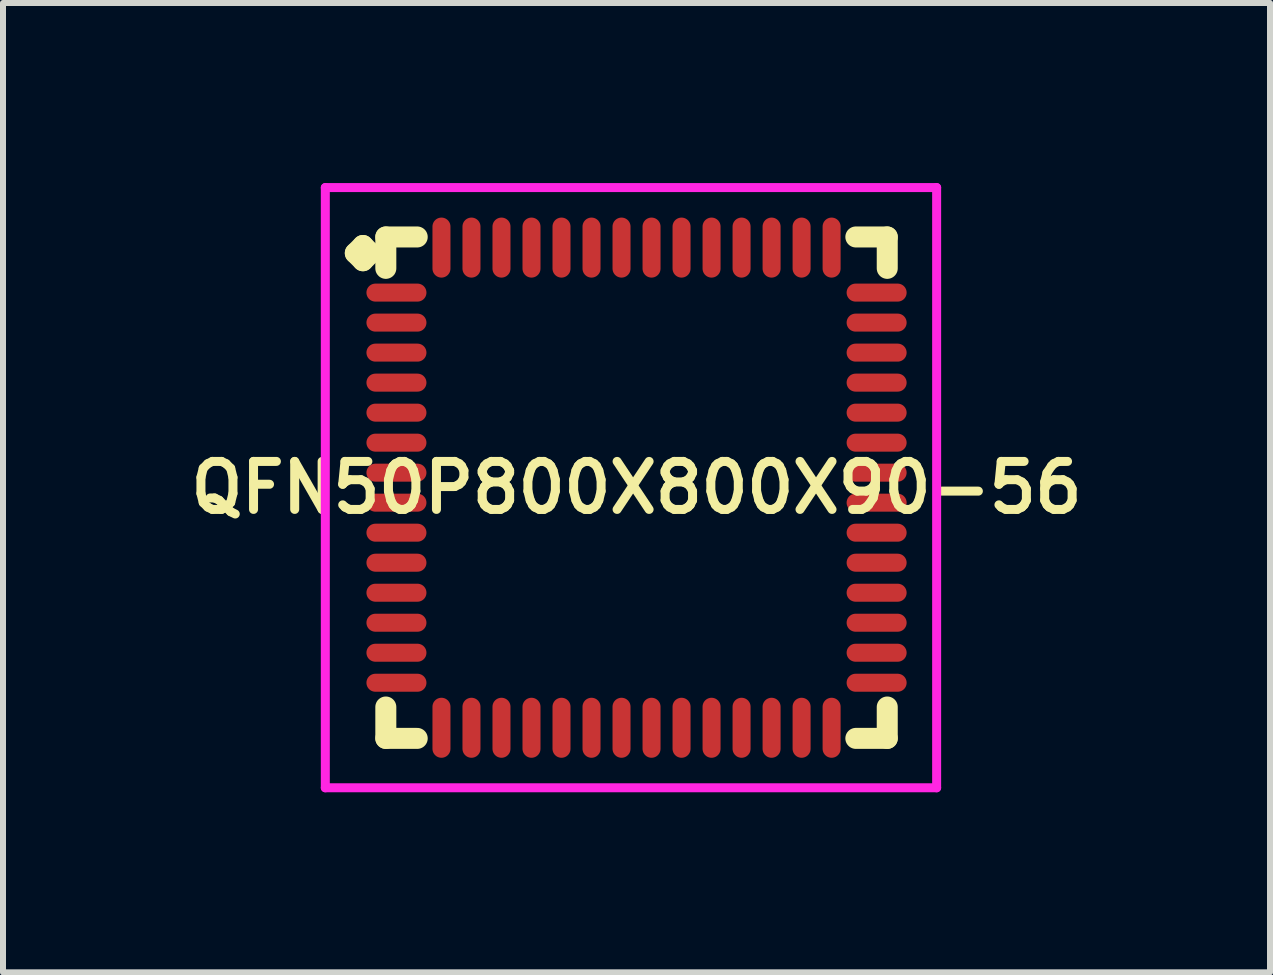
<source format=kicad_pcb>
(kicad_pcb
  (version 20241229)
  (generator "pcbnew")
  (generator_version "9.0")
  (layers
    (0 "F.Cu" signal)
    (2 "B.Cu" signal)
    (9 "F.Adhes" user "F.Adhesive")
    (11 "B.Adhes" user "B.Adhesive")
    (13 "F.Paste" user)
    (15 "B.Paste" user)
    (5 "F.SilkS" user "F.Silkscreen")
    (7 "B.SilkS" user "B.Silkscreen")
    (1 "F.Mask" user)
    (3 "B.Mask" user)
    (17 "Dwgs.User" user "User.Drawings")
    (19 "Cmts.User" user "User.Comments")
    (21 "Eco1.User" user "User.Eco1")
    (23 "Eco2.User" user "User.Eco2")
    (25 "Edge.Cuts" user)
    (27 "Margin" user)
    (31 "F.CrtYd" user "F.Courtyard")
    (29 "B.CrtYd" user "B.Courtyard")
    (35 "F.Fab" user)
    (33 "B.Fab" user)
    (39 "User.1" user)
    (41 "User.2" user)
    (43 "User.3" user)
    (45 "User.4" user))
  (footprint "QFN50P800X800X90-56"
    (layer "F.Cu")
    (at 7.555 5.075)
    (property "Reference" "QFN50P800X800X90-56" (at 0 0 0) (layer "F.SilkS") (effects (font (size 0.8 0.8) (thickness 0.15))))
    (attr smd)
    (fp_line (start -4.685 -3.908) (end -4.558 -4.035) (stroke (width 0.35) (type solid)) (layer "F.SilkS"))
    (fp_line (start -4.558 -4.035) (end -4.431 -3.908) (stroke (width 0.35) (type solid)) (layer "F.SilkS"))
    (fp_line (start -4.558 -3.781) (end -4.685 -3.908) (stroke (width 0.35) (type solid)) (layer "F.SilkS"))
    (fp_line (start -4.431 -3.908) (end -4.558 -3.781) (stroke (width 0.35) (type solid)) (layer "F.SilkS"))
    (fp_line (start -4.177 -4.177) (end -3.654 -4.177) (stroke (width 0.35) (type solid)) (layer "F.SilkS"))
    (fp_line (start -4.177 -3.654) (end -4.177 -4.177) (stroke (width 0.35) (type solid)) (layer "F.SilkS"))
    (fp_line (start -4.177 3.654) (end -4.177 4.177) (stroke (width 0.35) (type solid)) (layer "F.SilkS"))
    (fp_line (start -4.177 4.177) (end -3.654 4.177) (stroke (width 0.35) (type solid)) (layer "F.SilkS"))
    (fp_line (start 3.654 -4.177) (end 4.177 -4.177) (stroke (width 0.35) (type solid)) (layer "F.SilkS"))
    (fp_line (start 3.654 4.177) (end 4.177 4.177) (stroke (width 0.35) (type solid)) (layer "F.SilkS"))
    (fp_line (start 4.177 -4.177) (end 4.177 -3.654) (stroke (width 0.35) (type solid)) (layer "F.SilkS"))
    (fp_line (start 4.177 4.177) (end 4.177 3.654) (stroke (width 0.35) (type solid)) (layer "F.SilkS"))
    (fp_line (start -5.185 -5) (end 5 -5) (stroke (width 0.15) (type solid)) (layer "F.CrtYd"))
    (fp_line (start -5.185 5) (end -5.185 -5) (stroke (width 0.15) (type solid)) (layer "F.CrtYd"))
    (fp_line (start 5 -5) (end 5 5) (stroke (width 0.15) (type solid)) (layer "F.CrtYd"))
    (fp_line (start 5 5) (end -5.185 5) (stroke (width 0.15) (type solid)) (layer "F.CrtYd"))
    (pad "1" smd oval (at -4 -3.25) (size 1 0.3) (layers "F.Cu" "F.Mask" "F.Paste"))
    (pad "2" smd oval (at -4 -2.75) (size 1 0.3) (layers "F.Cu" "F.Mask" "F.Paste"))
    (pad "3" smd oval (at -4 -2.25) (size 1 0.3) (layers "F.Cu" "F.Mask" "F.Paste"))
    (pad "4" smd oval (at -4 -1.75) (size 1 0.3) (layers "F.Cu" "F.Mask" "F.Paste"))
    (pad "5" smd oval (at -4 -1.25) (size 1 0.3) (layers "F.Cu" "F.Mask" "F.Paste"))
    (pad "6" smd oval (at -4 -0.75) (size 1 0.3) (layers "F.Cu" "F.Mask" "F.Paste"))
    (pad "7" smd oval (at -4 -0.25) (size 1 0.3) (layers "F.Cu" "F.Mask" "F.Paste"))
    (pad "8" smd oval (at -4 0.25) (size 1 0.3) (layers "F.Cu" "F.Mask" "F.Paste"))
    (pad "9" smd oval (at -4 0.75) (size 1 0.3) (layers "F.Cu" "F.Mask" "F.Paste"))
    (pad "10" smd oval (at -4 1.25) (size 1 0.3) (layers "F.Cu" "F.Mask" "F.Paste"))
    (pad "11" smd oval (at -4 1.75) (size 1 0.3) (layers "F.Cu" "F.Mask" "F.Paste"))
    (pad "12" smd oval (at -4 2.25) (size 1 0.3) (layers "F.Cu" "F.Mask" "F.Paste"))
    (pad "13" smd oval (at -4 2.75) (size 1 0.3) (layers "F.Cu" "F.Mask" "F.Paste"))
    (pad "14" smd oval (at -4 3.25) (size 1 0.3) (layers "F.Cu" "F.Mask" "F.Paste"))
    (pad "15" smd oval (at -3.25 4) (size 0.3 1) (layers "F.Cu" "F.Mask" "F.Paste"))
    (pad "16" smd oval (at -2.75 4) (size 0.3 1) (layers "F.Cu" "F.Mask" "F.Paste"))
    (pad "17" smd oval (at -2.25 4) (size 0.3 1) (layers "F.Cu" "F.Mask" "F.Paste"))
    (pad "18" smd oval (at -1.75 4) (size 0.3 1) (layers "F.Cu" "F.Mask" "F.Paste"))
    (pad "19" smd oval (at -1.25 4) (size 0.3 1) (layers "F.Cu" "F.Mask" "F.Paste"))
    (pad "20" smd oval (at -0.75 4) (size 0.3 1) (layers "F.Cu" "F.Mask" "F.Paste"))
    (pad "21" smd oval (at -0.25 4) (size 0.3 1) (layers "F.Cu" "F.Mask" "F.Paste"))
    (pad "22" smd oval (at 0.25 4) (size 0.3 1) (layers "F.Cu" "F.Mask" "F.Paste"))
    (pad "23" smd oval (at 0.75 4) (size 0.3 1) (layers "F.Cu" "F.Mask" "F.Paste"))
    (pad "24" smd oval (at 1.25 4) (size 0.3 1) (layers "F.Cu" "F.Mask" "F.Paste"))
    (pad "25" smd oval (at 1.75 4) (size 0.3 1) (layers "F.Cu" "F.Mask" "F.Paste"))
    (pad "26" smd oval (at 2.25 4) (size 0.3 1) (layers "F.Cu" "F.Mask" "F.Paste"))
    (pad "27" smd oval (at 2.75 4) (size 0.3 1) (layers "F.Cu" "F.Mask" "F.Paste"))
    (pad "28" smd oval (at 3.25 4) (size 0.3 1) (layers "F.Cu" "F.Mask" "F.Paste"))
    (pad "29" smd oval (at 4 3.25) (size 1 0.3) (layers "F.Cu" "F.Mask" "F.Paste"))
    (pad "30" smd oval (at 4 2.75) (size 1 0.3) (layers "F.Cu" "F.Mask" "F.Paste"))
    (pad "31" smd oval (at 4 2.25) (size 1 0.3) (layers "F.Cu" "F.Mask" "F.Paste"))
    (pad "32" smd oval (at 4 1.75) (size 1 0.3) (layers "F.Cu" "F.Mask" "F.Paste"))
    (pad "33" smd oval (at 4 1.25) (size 1 0.3) (layers "F.Cu" "F.Mask" "F.Paste"))
    (pad "34" smd oval (at 4 0.75) (size 1 0.3) (layers "F.Cu" "F.Mask" "F.Paste"))
    (pad "35" smd oval (at 4 0.25) (size 1 0.3) (layers "F.Cu" "F.Mask" "F.Paste"))
    (pad "36" smd oval (at 4 -0.25) (size 1 0.3) (layers "F.Cu" "F.Mask" "F.Paste"))
    (pad "37" smd oval (at 4 -0.75) (size 1 0.3) (layers "F.Cu" "F.Mask" "F.Paste"))
    (pad "38" smd oval (at 4 -1.25) (size 1 0.3) (layers "F.Cu" "F.Mask" "F.Paste"))
    (pad "39" smd oval (at 4 -1.75) (size 1 0.3) (layers "F.Cu" "F.Mask" "F.Paste"))
    (pad "40" smd oval (at 4 -2.25) (size 1 0.3) (layers "F.Cu" "F.Mask" "F.Paste"))
    (pad "41" smd oval (at 4 -2.75) (size 1 0.3) (layers "F.Cu" "F.Mask" "F.Paste"))
    (pad "42" smd oval (at 4 -3.25) (size 1 0.3) (layers "F.Cu" "F.Mask" "F.Paste"))
    (pad "43" smd oval (at 3.25 -4) (size 0.3 1) (layers "F.Cu" "F.Mask" "F.Paste"))
    (pad "44" smd oval (at 2.75 -4) (size 0.3 1) (layers "F.Cu" "F.Mask" "F.Paste"))
    (pad "45" smd oval (at 2.25 -4) (size 0.3 1) (layers "F.Cu" "F.Mask" "F.Paste"))
    (pad "46" smd oval (at 1.75 -4) (size 0.3 1) (layers "F.Cu" "F.Mask" "F.Paste"))
    (pad "47" smd oval (at 1.25 -4) (size 0.3 1) (layers "F.Cu" "F.Mask" "F.Paste"))
    (pad "48" smd oval (at 0.75 -4) (size 0.3 1) (layers "F.Cu" "F.Mask" "F.Paste"))
    (pad "49" smd oval (at 0.25 -4) (size 0.3 1) (layers "F.Cu" "F.Mask" "F.Paste"))
    (pad "50" smd oval (at -0.25 -4) (size 0.3 1) (layers "F.Cu" "F.Mask" "F.Paste"))
    (pad "51" smd oval (at -0.75 -4) (size 0.3 1) (layers "F.Cu" "F.Mask" "F.Paste"))
    (pad "52" smd oval (at -1.25 -4) (size 0.3 1) (layers "F.Cu" "F.Mask" "F.Paste"))
    (pad "53" smd oval (at -1.75 -4) (size 0.3 1) (layers "F.Cu" "F.Mask" "F.Paste"))
    (pad "54" smd oval (at -2.25 -4) (size 0.3 1) (layers "F.Cu" "F.Mask" "F.Paste"))
    (pad "55" smd oval (at -2.75 -4) (size 0.3 1) (layers "F.Cu" "F.Mask" "F.Paste"))
    (pad "56" smd oval (at -3.25 -4) (size 0.3 1) (layers "F.Cu" "F.Mask" "F.Paste")))
  (gr_rect
    (start -3 -3)
    (end 18.109 13.15)
    (stroke (width 0.1) (type default))
    (fill no)
    (layer "Edge.Cuts")))
</source>
